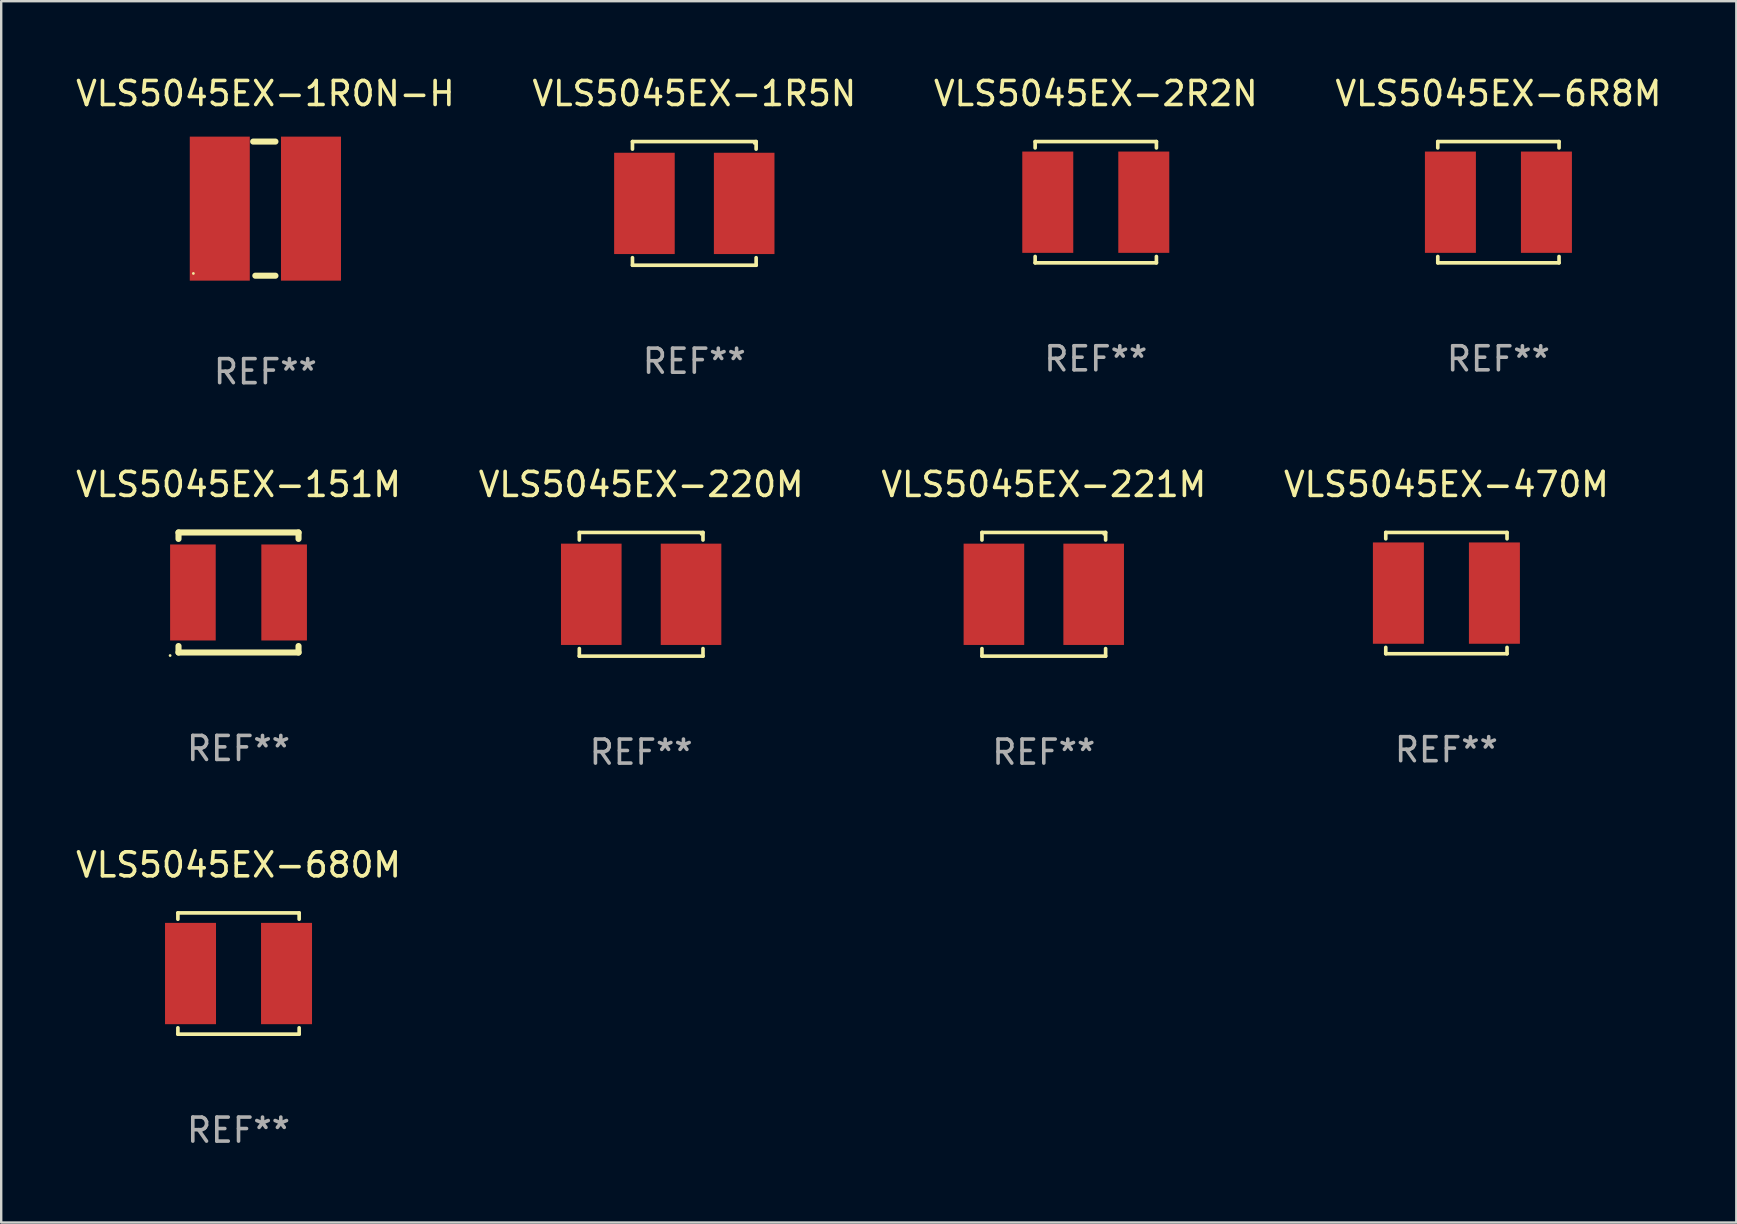
<source format=kicad_pcb>
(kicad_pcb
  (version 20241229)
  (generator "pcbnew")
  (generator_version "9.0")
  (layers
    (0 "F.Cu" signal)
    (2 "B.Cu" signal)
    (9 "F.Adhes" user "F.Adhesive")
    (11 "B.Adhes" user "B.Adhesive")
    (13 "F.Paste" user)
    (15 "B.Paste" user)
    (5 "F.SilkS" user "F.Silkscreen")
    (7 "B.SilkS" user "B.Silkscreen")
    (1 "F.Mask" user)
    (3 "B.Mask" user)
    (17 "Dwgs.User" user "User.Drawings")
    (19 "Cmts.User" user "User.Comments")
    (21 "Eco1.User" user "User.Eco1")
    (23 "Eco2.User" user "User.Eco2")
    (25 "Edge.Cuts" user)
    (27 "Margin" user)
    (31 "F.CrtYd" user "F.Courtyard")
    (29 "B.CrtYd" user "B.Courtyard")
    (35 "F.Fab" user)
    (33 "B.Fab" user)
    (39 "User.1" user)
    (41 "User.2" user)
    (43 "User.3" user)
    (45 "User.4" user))
  (footprint "VLS5045EX-1R0N-H"
    (layer "F.Cu")
    (at 8.006 5.642)
    (property "Reference" "VLS5045EX-1R0N-H" (at 0 -4.794 0) (layer "F.SilkS") (effects (font (size 1 1) (thickness 0.15))))
    (attr through_hole)
    (fp_line (start -0.508 -2.794) (end 0.419 -2.794) (stroke (width 0.254) (type solid)) (layer "F.SilkS"))
    (fp_line (start -0.419 2.794) (end 0.419 2.794) (stroke (width 0.254) (type solid)) (layer "F.SilkS"))
    (fp_circle (center -3 2.7) (end -2.97 2.7) (stroke (width 0.06) (type solid)) (fill no) (layer "F.SilkS"))
    (fp_text user "REF**" (at 0 6.794 0) (layer "F.Fab") (effects (font (size 1 1) (thickness 0.15))))
    (pad "1" smd rect (at -1.9 0) (size 2.5 6) (layers "F.Cu" "F.Mask" "F.Paste"))
    (pad "2" smd rect (at 1.9 0) (size 2.5 6) (layers "F.Cu" "F.Mask" "F.Paste")))
  (footprint "VLS5045EX-151M"
    (layer "F.Cu")
    (at 6.887 21.633)
    (property "Reference" "VLS5045EX-151M" (at 0 -4.5 0) (layer "F.SilkS") (effects (font (size 1 1) (thickness 0.15))))
    (attr through_hole)
    (fp_line (start -2.5 -2.5) (end -2.5 -2.231) (stroke (width 0.254) (type solid)) (layer "F.SilkS"))
    (fp_line (start -2.5 -2.5) (end 2.5 -2.5) (stroke (width 0.254) (type solid)) (layer "F.SilkS"))
    (fp_line (start -2.5 2.231) (end -2.5 2.5) (stroke (width 0.254) (type solid)) (layer "F.SilkS"))
    (fp_line (start -2.5 2.5) (end 2.5 2.5) (stroke (width 0.254) (type solid)) (layer "F.SilkS"))
    (fp_line (start 2.5 -2.5) (end 2.5 -2.231) (stroke (width 0.254) (type solid)) (layer "F.SilkS"))
    (fp_line (start 2.5 2.231) (end 2.5 2.5) (stroke (width 0.254) (type solid)) (layer "F.SilkS"))
    (fp_circle (center -2.85 2.627) (end -2.82 2.627) (stroke (width 0.06) (type solid)) (fill no) (layer "F.SilkS"))
    (fp_text user "REF**" (at 0 6.5 0) (layer "F.Fab") (effects (font (size 1 1) (thickness 0.15))))
    (pad "1" smd rect (at -1.9 0) (size 1.9 4) (layers "F.Cu" "F.Mask" "F.Paste"))
    (pad "2" smd rect (at 1.9 0) (size 1.9 4) (layers "F.Cu" "F.Mask" "F.Paste")))
  (footprint "VLS5045EX-220M"
    (layer "F.Cu")
    (at 23.661 21.709)
    (property "Reference" "VLS5045EX-220M" (at 0 -4.576 0) (layer "F.SilkS") (effects (font (size 1 1) (thickness 0.15))))
    (attr through_hole)
    (fp_line (start -2.576 -2.576) (end 2.576 -2.576) (stroke (width 0.152) (type solid)) (layer "F.SilkS"))
    (fp_line (start -2.576 -2.262) (end -2.576 -2.576) (stroke (width 0.152) (type solid)) (layer "F.SilkS"))
    (fp_line (start -2.576 2.262) (end -2.576 2.576) (stroke (width 0.152) (type solid)) (layer "F.SilkS"))
    (fp_line (start -2.576 2.576) (end 2.576 2.576) (stroke (width 0.152) (type solid)) (layer "F.SilkS"))
    (fp_line (start 2.576 -2.576) (end 2.576 -2.262) (stroke (width 0.152) (type solid)) (layer "F.SilkS"))
    (fp_line (start 2.576 2.576) (end 2.576 2.262) (stroke (width 0.152) (type solid)) (layer "F.SilkS"))
    (fp_circle (center 2.5 -2.5) (end 2.53 -2.5) (stroke (width 0.06) (type solid)) (fill no) (layer "F.SilkS"))
    (fp_text user "REF**" (at 0 6.576 0) (layer "F.Fab") (effects (font (size 1 1) (thickness 0.15))))
    (pad "1" smd rect (at 2.078 0) (size 2.524 4.22) (layers "F.Cu" "F.Mask" "F.Paste"))
    (pad "2" smd rect (at -2.078 0) (size 2.524 4.22) (layers "F.Cu" "F.Mask" "F.Paste")))
  (footprint "VLS5045EX-221M"
    (layer "F.Cu")
    (at 40.435 21.709)
    (property "Reference" "VLS5045EX-221M" (at 0 -4.576 0) (layer "F.SilkS") (effects (font (size 1 1) (thickness 0.15))))
    (attr through_hole)
    (fp_line (start -2.576 -2.576) (end 2.576 -2.576) (stroke (width 0.152) (type solid)) (layer "F.SilkS"))
    (fp_line (start -2.576 -2.262) (end -2.576 -2.576) (stroke (width 0.152) (type solid)) (layer "F.SilkS"))
    (fp_line (start -2.576 2.262) (end -2.576 2.576) (stroke (width 0.152) (type solid)) (layer "F.SilkS"))
    (fp_line (start -2.576 2.576) (end 2.576 2.576) (stroke (width 0.152) (type solid)) (layer "F.SilkS"))
    (fp_line (start 2.576 -2.576) (end 2.576 -2.262) (stroke (width 0.152) (type solid)) (layer "F.SilkS"))
    (fp_line (start 2.576 2.576) (end 2.576 2.262) (stroke (width 0.152) (type solid)) (layer "F.SilkS"))
    (fp_circle (center 2.5 -2.5) (end 2.53 -2.5) (stroke (width 0.06) (type solid)) (fill no) (layer "F.SilkS"))
    (fp_text user "REF**" (at 0 6.576 0) (layer "F.Fab") (effects (font (size 1 1) (thickness 0.15))))
    (pad "1" smd rect (at 2.078 0) (size 2.524 4.22) (layers "F.Cu" "F.Mask" "F.Paste"))
    (pad "2" smd rect (at -2.078 0) (size 2.524 4.22) (layers "F.Cu" "F.Mask" "F.Paste")))
  (footprint "VLS5045EX-680M"
    (layer "F.Cu")
    (at 6.887 37.508)
    (property "Reference" "VLS5045EX-680M" (at 0 -4.526 0) (layer "F.SilkS") (effects (font (size 1 1) (thickness 0.15))))
    (attr through_hole)
    (fp_line (start -2.526 -2.526) (end 2.526 -2.526) (stroke (width 0.152) (type solid)) (layer "F.SilkS"))
    (fp_line (start -2.526 -2.262) (end -2.526 -2.526) (stroke (width 0.152) (type solid)) (layer "F.SilkS"))
    (fp_line (start -2.526 2.262) (end -2.526 2.526) (stroke (width 0.152) (type solid)) (layer "F.SilkS"))
    (fp_line (start -2.526 2.526) (end 2.526 2.526) (stroke (width 0.152) (type solid)) (layer "F.SilkS"))
    (fp_line (start 2.526 -2.526) (end 2.526 -2.262) (stroke (width 0.152) (type solid)) (layer "F.SilkS"))
    (fp_line (start 2.526 2.526) (end 2.526 2.262) (stroke (width 0.152) (type solid)) (layer "F.SilkS"))
    (fp_circle (center 2.5 -2.5) (end 2.53 -2.5) (stroke (width 0.06) (type solid)) (fill no) (layer "F.SilkS"))
    (fp_text user "REF**" (at 0 6.526 0) (layer "F.Fab") (effects (font (size 1 1) (thickness 0.15))))
    (pad "1" smd rect (at 2 0) (size 2.124 4.22) (layers "F.Cu" "F.Mask" "F.Paste"))
    (pad "2" smd rect (at -2 0) (size 2.124 4.22) (layers "F.Cu" "F.Mask" "F.Paste")))
  (footprint "VLS5045EX-470M"
    (layer "F.Cu")
    (at 57.208 21.659)
    (property "Reference" "VLS5045EX-470M" (at 0 -4.526 0) (layer "F.SilkS") (effects (font (size 1 1) (thickness 0.15))))
    (attr through_hole)
    (fp_line (start -2.526 -2.526) (end 2.526 -2.526) (stroke (width 0.152) (type solid)) (layer "F.SilkS"))
    (fp_line (start -2.526 -2.262) (end -2.526 -2.526) (stroke (width 0.152) (type solid)) (layer "F.SilkS"))
    (fp_line (start -2.526 2.262) (end -2.526 2.526) (stroke (width 0.152) (type solid)) (layer "F.SilkS"))
    (fp_line (start -2.526 2.526) (end 2.526 2.526) (stroke (width 0.152) (type solid)) (layer "F.SilkS"))
    (fp_line (start 2.526 -2.526) (end 2.526 -2.262) (stroke (width 0.152) (type solid)) (layer "F.SilkS"))
    (fp_line (start 2.526 2.526) (end 2.526 2.262) (stroke (width 0.152) (type solid)) (layer "F.SilkS"))
    (fp_circle (center 2.5 -2.5) (end 2.53 -2.5) (stroke (width 0.06) (type solid)) (fill no) (layer "F.SilkS"))
    (fp_text user "REF**" (at 0 6.526 0) (layer "F.Fab") (effects (font (size 1 1) (thickness 0.15))))
    (pad "1" smd rect (at 2 0) (size 2.124 4.22) (layers "F.Cu" "F.Mask" "F.Paste"))
    (pad "2" smd rect (at -2 0) (size 2.124 4.22) (layers "F.Cu" "F.Mask" "F.Paste")))
  (footprint "VLS5045EX-6R8M"
    (layer "F.Cu")
    (at 59.375 5.374)
    (property "Reference" "VLS5045EX-6R8M" (at 0 -4.526 0) (layer "F.SilkS") (effects (font (size 1 1) (thickness 0.15))))
    (attr through_hole)
    (fp_line (start -2.526 -2.526) (end 2.526 -2.526) (stroke (width 0.152) (type solid)) (layer "F.SilkS"))
    (fp_line (start -2.526 -2.262) (end -2.526 -2.526) (stroke (width 0.152) (type solid)) (layer "F.SilkS"))
    (fp_line (start -2.526 2.262) (end -2.526 2.526) (stroke (width 0.152) (type solid)) (layer "F.SilkS"))
    (fp_line (start -2.526 2.526) (end 2.526 2.526) (stroke (width 0.152) (type solid)) (layer "F.SilkS"))
    (fp_line (start 2.526 -2.526) (end 2.526 -2.262) (stroke (width 0.152) (type solid)) (layer "F.SilkS"))
    (fp_line (start 2.526 2.526) (end 2.526 2.262) (stroke (width 0.152) (type solid)) (layer "F.SilkS"))
    (fp_circle (center 2.5 -2.5) (end 2.53 -2.5) (stroke (width 0.06) (type solid)) (fill no) (layer "F.SilkS"))
    (fp_text user "REF**" (at 0 6.526 0) (layer "F.Fab") (effects (font (size 1 1) (thickness 0.15))))
    (pad "1" smd rect (at 2 0) (size 2.124 4.22) (layers "F.Cu" "F.Mask" "F.Paste"))
    (pad "2" smd rect (at -2 0) (size 2.124 4.22) (layers "F.Cu" "F.Mask" "F.Paste")))
  (footprint "VLS5045EX-1R5N"
    (layer "F.Cu")
    (at 25.875 5.424)
    (property "Reference" "VLS5045EX-1R5N" (at 0 -4.576 0) (layer "F.SilkS") (effects (font (size 1 1) (thickness 0.15))))
    (attr through_hole)
    (fp_line (start -2.576 -2.576) (end 2.576 -2.576) (stroke (width 0.152) (type solid)) (layer "F.SilkS"))
    (fp_line (start -2.576 -2.262) (end -2.576 -2.576) (stroke (width 0.152) (type solid)) (layer "F.SilkS"))
    (fp_line (start -2.576 2.262) (end -2.576 2.576) (stroke (width 0.152) (type solid)) (layer "F.SilkS"))
    (fp_line (start -2.576 2.576) (end 2.576 2.576) (stroke (width 0.152) (type solid)) (layer "F.SilkS"))
    (fp_line (start 2.576 -2.576) (end 2.576 -2.262) (stroke (width 0.152) (type solid)) (layer "F.SilkS"))
    (fp_line (start 2.576 2.576) (end 2.576 2.262) (stroke (width 0.152) (type solid)) (layer "F.SilkS"))
    (fp_circle (center 2.5 -2.5) (end 2.53 -2.5) (stroke (width 0.06) (type solid)) (fill no) (layer "F.SilkS"))
    (fp_text user "REF**" (at 0 6.576 0) (layer "F.Fab") (effects (font (size 1 1) (thickness 0.15))))
    (pad "1" smd rect (at 2.078 0) (size 2.524 4.22) (layers "F.Cu" "F.Mask" "F.Paste"))
    (pad "2" smd rect (at -2.078 0) (size 2.524 4.22) (layers "F.Cu" "F.Mask" "F.Paste")))
  (footprint "VLS5045EX-2R2N"
    (layer "F.Cu")
    (at 42.601 5.374)
    (property "Reference" "VLS5045EX-2R2N" (at 0 -4.526 0) (layer "F.SilkS") (effects (font (size 1 1) (thickness 0.15))))
    (attr through_hole)
    (fp_line (start -2.526 -2.526) (end 2.526 -2.526) (stroke (width 0.152) (type solid)) (layer "F.SilkS"))
    (fp_line (start -2.526 -2.262) (end -2.526 -2.526) (stroke (width 0.152) (type solid)) (layer "F.SilkS"))
    (fp_line (start -2.526 2.262) (end -2.526 2.526) (stroke (width 0.152) (type solid)) (layer "F.SilkS"))
    (fp_line (start -2.526 2.526) (end 2.526 2.526) (stroke (width 0.152) (type solid)) (layer "F.SilkS"))
    (fp_line (start 2.526 -2.526) (end 2.526 -2.262) (stroke (width 0.152) (type solid)) (layer "F.SilkS"))
    (fp_line (start 2.526 2.526) (end 2.526 2.262) (stroke (width 0.152) (type solid)) (layer "F.SilkS"))
    (fp_circle (center 2.5 -2.5) (end 2.53 -2.5) (stroke (width 0.06) (type solid)) (fill no) (layer "F.SilkS"))
    (fp_text user "REF**" (at 0 6.526 0) (layer "F.Fab") (effects (font (size 1 1) (thickness 0.15))))
    (pad "1" smd rect (at 2 0) (size 2.124 4.22) (layers "F.Cu" "F.Mask" "F.Paste"))
    (pad "2" smd rect (at -2 0) (size 2.124 4.22) (layers "F.Cu" "F.Mask" "F.Paste")))
  (gr_rect
    (start -3 -3)
    (end 69.286 47.882)
    (stroke (width 0.1) (type default))
    (fill no)
    (layer "Edge.Cuts")))
</source>
